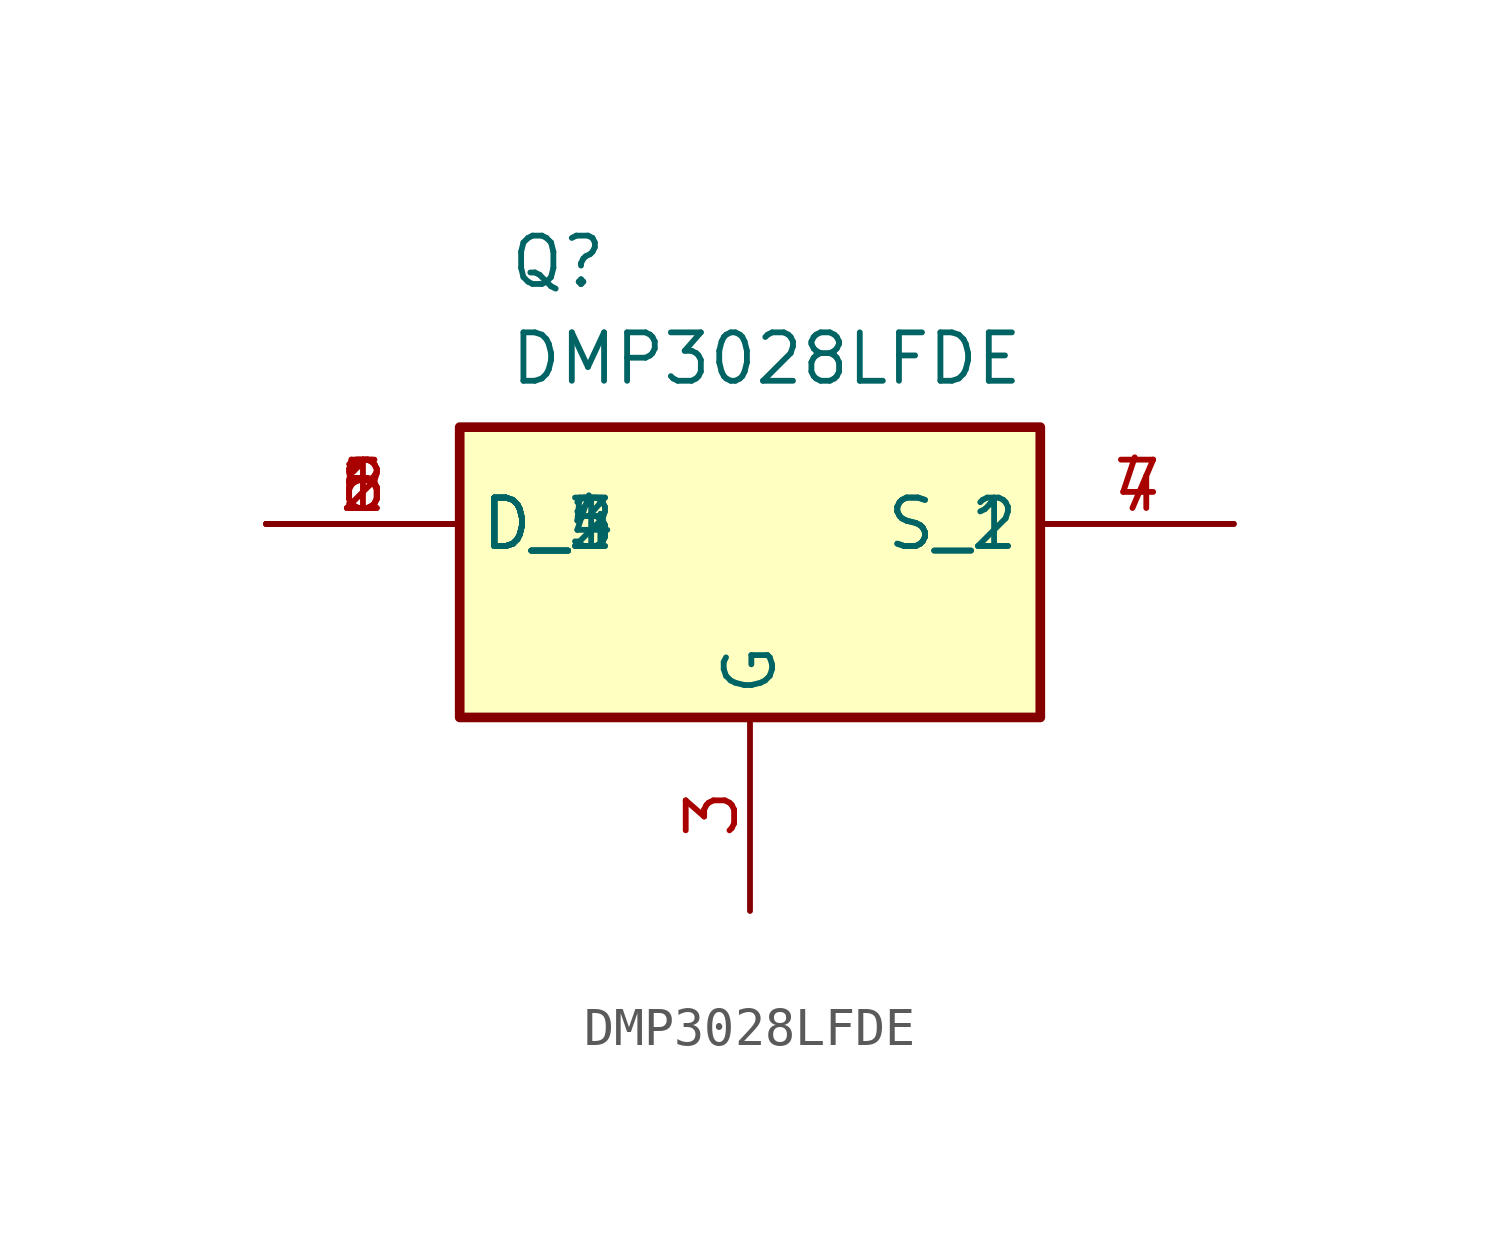
<source format=kicad_sym>
(kicad_symbol_lib
  (version 20220914)
  (generator kicad_symbol_editor)
  (symbol "DMP3028LFDE"
    (property "Reference" "Q"
      (at -6.35 8.89 0)
      (effects (font (size 1.27 1.27)) (justify left top)))
    (property "Value" "DMP3028LFDE"
      (at -6.35 6.35 0)
      (effects (font (size 1.27 1.27)) (justify left top)))
    (symbol "DMP3028LFDE_1_1"
      (rectangle (start -7.62 3.81) (end 7.62 -3.81) (stroke (width 0.254) (type default)) (fill (type background)))
      (pin passive line (at -12.7 1.27 0) (length 5.08) (name "D_1" (effects (font (size 1.27 1.27)))) (number "1" (effects (font (size 1.27 1.27)))))
      (pin passive line (at -12.7 1.27 0) (length 5.08) (name "D_2" (effects (font (size 1.27 1.27)))) (number "2" (effects (font (size 1.27 1.27)))))
      (pin passive line (at 0 -8.89 90) (length 5.08) (name "G" (effects (font (size 1.27 1.27)))) (number "3" (effects (font (size 1.27 1.27)))))
      (pin passive line (at 12.7 1.27 180) (length 5.08) (name "S_1" (effects (font (size 1.27 1.27)))) (number "4" (effects (font (size 1.27 1.27)))))
      (pin passive line (at -12.7 1.27 0) (length 5.08) (name "D_3" (effects (font (size 1.27 1.27)))) (number "5" (effects (font (size 1.27 1.27)))))
      (pin passive line (at -12.7 1.27 0) (length 5.08) (name "D_4" (effects (font (size 1.27 1.27)))) (number "6" (effects (font (size 1.27 1.27)))))
      (pin passive line (at 12.7 1.27 180) (length 5.08) (name "S_2" (effects (font (size 1.27 1.27)))) (number "7" (effects (font (size 1.27 1.27)))))
      (pin passive line (at -12.7 1.27 0) (length 5.08) (name "D_5" (effects (font (size 1.27 1.27)))) (number "8" (effects (font (size 1.27 1.27))))))))
</source>
